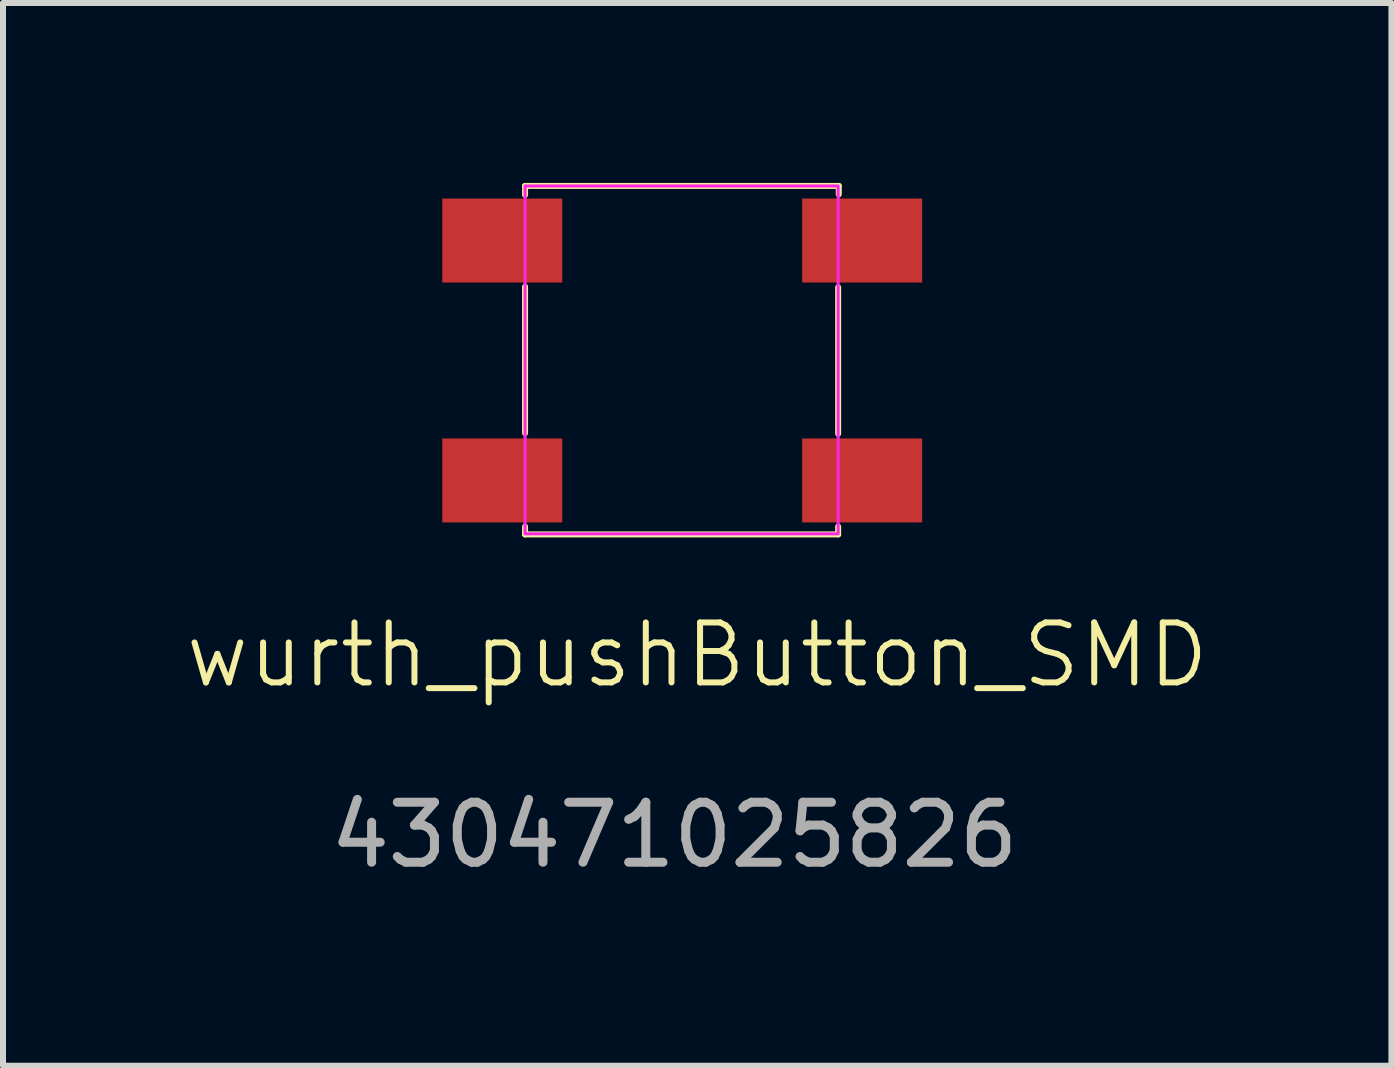
<source format=kicad_pcb>
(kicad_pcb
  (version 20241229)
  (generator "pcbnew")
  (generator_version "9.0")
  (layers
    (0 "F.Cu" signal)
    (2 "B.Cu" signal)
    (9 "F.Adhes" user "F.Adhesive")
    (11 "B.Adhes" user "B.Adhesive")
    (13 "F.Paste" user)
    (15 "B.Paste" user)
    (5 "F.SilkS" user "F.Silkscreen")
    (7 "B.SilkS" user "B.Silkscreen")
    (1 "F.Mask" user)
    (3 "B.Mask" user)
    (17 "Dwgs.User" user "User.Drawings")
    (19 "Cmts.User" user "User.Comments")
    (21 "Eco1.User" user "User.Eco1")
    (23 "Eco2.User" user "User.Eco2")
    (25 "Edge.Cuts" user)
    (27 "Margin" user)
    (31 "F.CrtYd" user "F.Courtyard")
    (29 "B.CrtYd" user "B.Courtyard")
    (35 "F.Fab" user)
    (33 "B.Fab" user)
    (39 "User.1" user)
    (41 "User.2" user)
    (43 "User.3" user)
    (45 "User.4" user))
  (footprint "wurth_pushButton_SMD"
    (layer "F.Cu")
    (at 8.314 2.95)
    (property "Reference" "wurth_pushButton_SMD" (at 0.26 4.92 0) (unlocked yes) (layer "F.SilkS") (effects (font (size 1 1) (thickness 0.1))))
    (attr smd)
    (fp_line (start -2.61 -2.9) (end -2.61 -2.75) (stroke (width 0.1) (type default)) (layer "F.SilkS"))
    (fp_line (start -2.61 -1.22) (end -2.61 1.22) (stroke (width 0.1) (type default)) (layer "F.SilkS"))
    (fp_line (start -2.61 2.91) (end -2.61 2.78) (stroke (width 0.1) (type default)) (layer "F.SilkS"))
    (fp_line (start 2.61 -2.9) (end -2.61 -2.9) (stroke (width 0.1) (type default)) (layer "F.SilkS"))
    (fp_line (start 2.61 -2.9) (end 2.62 -2.9) (stroke (width 0.1) (type default)) (layer "F.SilkS"))
    (fp_line (start 2.61 1.23) (end 2.61 -1.21) (stroke (width 0.1) (type default)) (layer "F.SilkS"))
    (fp_line (start 2.61 2.78) (end 2.61 2.91) (stroke (width 0.1) (type default)) (layer "F.SilkS"))
    (fp_line (start 2.61 2.91) (end -2.61 2.91) (stroke (width 0.1) (type default)) (layer "F.SilkS"))
    (fp_line (start 2.62 -2.9) (end 2.62 -2.76) (stroke (width 0.1) (type default)) (layer "F.SilkS"))
    (fp_rect (start -2.61 -2.9) (end 2.61 2.9) (stroke (width 0.05) (type default)) (fill no) (layer "F.CrtYd"))
    (fp_text user "430471025826 " (at 0.26 7.92 0) (unlocked yes) (layer "F.Fab") (effects (font (size 1 1) (thickness 0.15))))
    (pad "1" smd rect (at -2.99 -1.99) (size 2 1.4) (layers "F.Cu" "F.Mask" "F.Paste"))
    (pad "2" smd rect (at 3.01 -1.99) (size 2 1.4) (layers "F.Cu" "F.Mask" "F.Paste"))
    (pad "3" smd rect (at -2.99 2.01) (size 2 1.4) (layers "F.Cu" "F.Mask" "F.Paste"))
    (pad "4" smd rect (at 3.01 2.01) (size 2 1.4) (layers "F.Cu" "F.Mask" "F.Paste")))
  (gr_rect
    (start -3 -3)
    (end 20.148 14.718)
    (stroke (width 0.1) (type default))
    (fill no)
    (layer "Edge.Cuts")))
</source>
